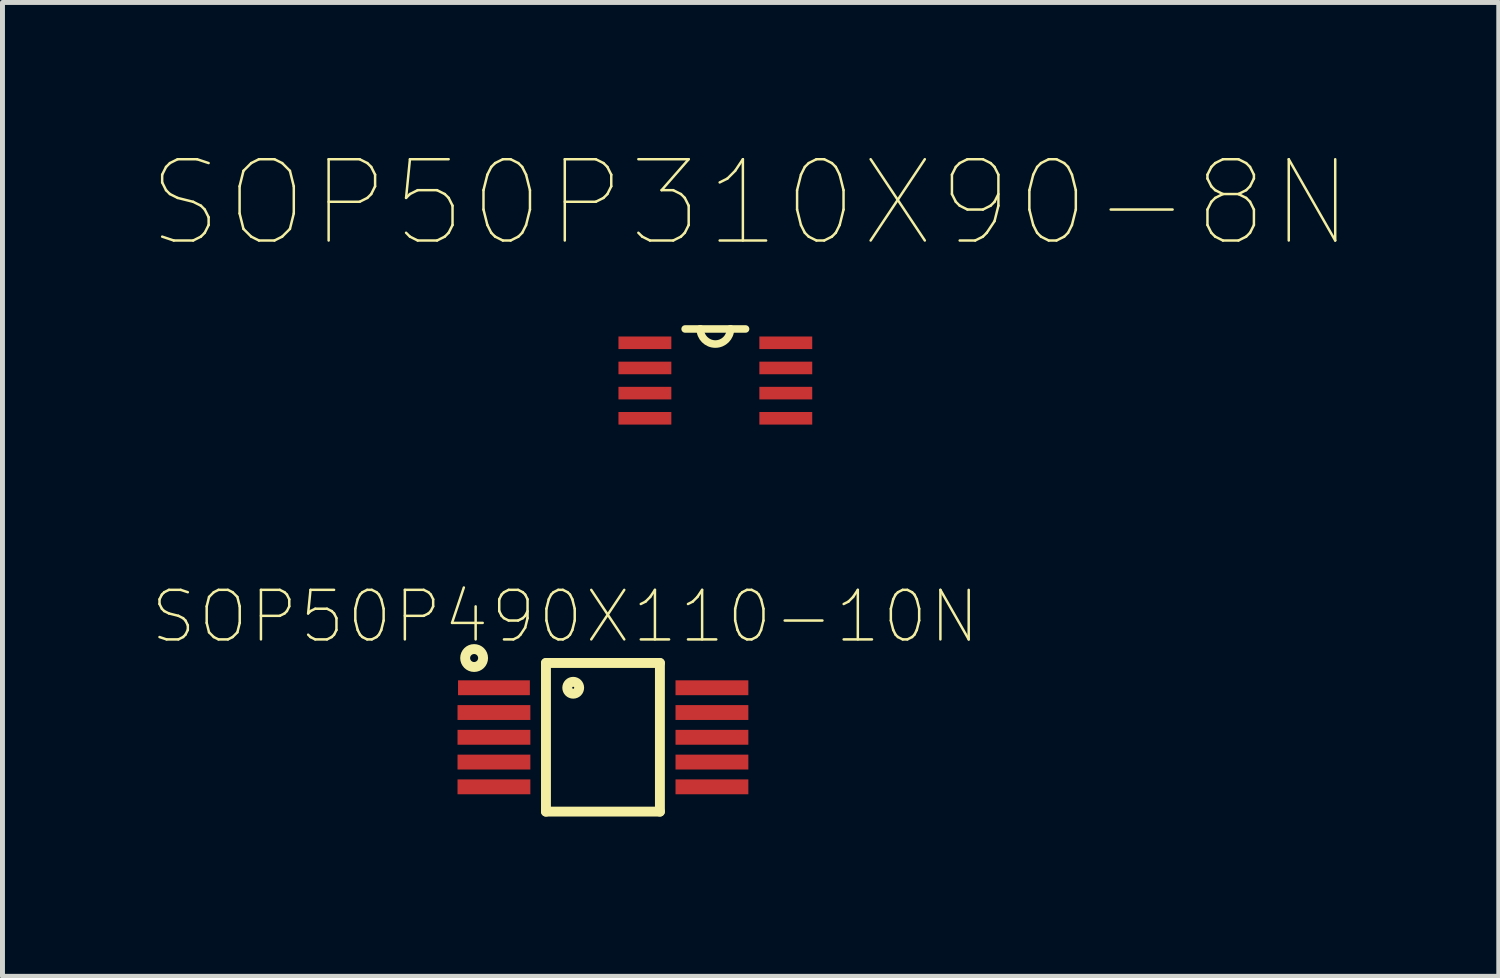
<source format=kicad_pcb>
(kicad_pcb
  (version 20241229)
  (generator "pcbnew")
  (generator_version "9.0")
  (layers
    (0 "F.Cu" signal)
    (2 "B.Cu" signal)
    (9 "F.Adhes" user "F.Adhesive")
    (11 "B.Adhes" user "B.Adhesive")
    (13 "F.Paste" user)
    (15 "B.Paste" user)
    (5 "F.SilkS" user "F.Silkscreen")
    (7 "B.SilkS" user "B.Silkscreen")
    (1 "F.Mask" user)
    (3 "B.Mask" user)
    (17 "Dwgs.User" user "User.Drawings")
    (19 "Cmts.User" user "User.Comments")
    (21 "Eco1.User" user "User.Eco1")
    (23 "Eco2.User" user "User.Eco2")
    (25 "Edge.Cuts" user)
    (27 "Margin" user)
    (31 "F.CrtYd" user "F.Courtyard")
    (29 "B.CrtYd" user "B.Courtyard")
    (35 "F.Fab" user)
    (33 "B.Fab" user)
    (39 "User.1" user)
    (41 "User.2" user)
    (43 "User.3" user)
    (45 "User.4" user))
  (footprint "SOP50P310X90-8N"
    (layer "F.Cu")
    (at 11.389 4.631)
    (property "Reference" "SOP50P310X90-8N" (at 0.712 -3.583 0) (layer "F.SilkS") (effects (font (size 1.641 1.641) (thickness 0.05))))
    (attr smd)
    (fp_line (start -0.305 -1.041) (end -0.61 -1.041) (stroke (width 0.152) (type solid)) (layer "F.SilkS"))
    (fp_line (start 0.305 -1.041) (end -0.305 -1.041) (stroke (width 0.152) (type solid)) (layer "F.SilkS"))
    (fp_line (start 0.61 -1.041) (end 0.305 -1.041) (stroke (width 0.152) (type solid)) (layer "F.SilkS"))
    (fp_arc (start 0.3048 -1.0414) (mid 0 -0.7366) (end -0.3048 -1.0414) (stroke (width 0.1524) (type solid)) (layer "F.SilkS"))
    (fp_line (start -1.6 -0.864) (end -1.6 -0.635) (stroke (width 0.1) (type solid)) (layer "Eco2.User"))
    (fp_line (start -1.6 -0.635) (end -1.194 -0.635) (stroke (width 0.1) (type solid)) (layer "Eco2.User"))
    (fp_line (start -1.6 -0.381) (end -1.6 -0.127) (stroke (width 0.1) (type solid)) (layer "Eco2.User"))
    (fp_line (start -1.6 -0.127) (end -1.194 -0.127) (stroke (width 0.1) (type solid)) (layer "Eco2.User"))
    (fp_line (start -1.6 0.127) (end -1.6 0.381) (stroke (width 0.1) (type solid)) (layer "Eco2.User"))
    (fp_line (start -1.6 0.381) (end -1.194 0.381) (stroke (width 0.1) (type solid)) (layer "Eco2.User"))
    (fp_line (start -1.6 0.635) (end -1.6 0.864) (stroke (width 0.1) (type solid)) (layer "Eco2.User"))
    (fp_line (start -1.6 0.864) (end -1.194 0.864) (stroke (width 0.1) (type solid)) (layer "Eco2.User"))
    (fp_line (start -1.194 -1.041) (end -1.194 1.041) (stroke (width 0.1) (type solid)) (layer "Eco2.User"))
    (fp_line (start -1.194 -0.864) (end -1.6 -0.864) (stroke (width 0.1) (type solid)) (layer "Eco2.User"))
    (fp_line (start -1.194 -0.635) (end -1.194 -0.864) (stroke (width 0.1) (type solid)) (layer "Eco2.User"))
    (fp_line (start -1.194 -0.381) (end -1.6 -0.381) (stroke (width 0.1) (type solid)) (layer "Eco2.User"))
    (fp_line (start -1.194 -0.127) (end -1.194 -0.381) (stroke (width 0.1) (type solid)) (layer "Eco2.User"))
    (fp_line (start -1.194 0.127) (end -1.6 0.127) (stroke (width 0.1) (type solid)) (layer "Eco2.User"))
    (fp_line (start -1.194 0.381) (end -1.194 0.127) (stroke (width 0.1) (type solid)) (layer "Eco2.User"))
    (fp_line (start -1.194 0.635) (end -1.6 0.635) (stroke (width 0.1) (type solid)) (layer "Eco2.User"))
    (fp_line (start -1.194 0.864) (end -1.194 0.635) (stroke (width 0.1) (type solid)) (layer "Eco2.User"))
    (fp_line (start -1.194 1.041) (end 1.194 1.041) (stroke (width 0.1) (type solid)) (layer "Eco2.User"))
    (fp_line (start -0.305 -1.041) (end -1.194 -1.041) (stroke (width 0.1) (type solid)) (layer "Eco2.User"))
    (fp_line (start 0.305 -1.041) (end -0.305 -1.041) (stroke (width 0.1) (type solid)) (layer "Eco2.User"))
    (fp_line (start 1.194 -1.041) (end 0.305 -1.041) (stroke (width 0.1) (type solid)) (layer "Eco2.User"))
    (fp_line (start 1.194 -0.864) (end 1.194 -0.635) (stroke (width 0.1) (type solid)) (layer "Eco2.User"))
    (fp_line (start 1.194 -0.635) (end 1.6 -0.635) (stroke (width 0.1) (type solid)) (layer "Eco2.User"))
    (fp_line (start 1.194 -0.381) (end 1.194 -0.127) (stroke (width 0.1) (type solid)) (layer "Eco2.User"))
    (fp_line (start 1.194 -0.127) (end 1.6 -0.127) (stroke (width 0.1) (type solid)) (layer "Eco2.User"))
    (fp_line (start 1.194 0.127) (end 1.194 0.381) (stroke (width 0.1) (type solid)) (layer "Eco2.User"))
    (fp_line (start 1.194 0.381) (end 1.6 0.381) (stroke (width 0.1) (type solid)) (layer "Eco2.User"))
    (fp_line (start 1.194 0.635) (end 1.194 0.864) (stroke (width 0.1) (type solid)) (layer "Eco2.User"))
    (fp_line (start 1.194 0.864) (end 1.6 0.864) (stroke (width 0.1) (type solid)) (layer "Eco2.User"))
    (fp_line (start 1.194 1.041) (end 1.194 -1.041) (stroke (width 0.1) (type solid)) (layer "Eco2.User"))
    (fp_line (start 1.6 -0.864) (end 1.194 -0.864) (stroke (width 0.1) (type solid)) (layer "Eco2.User"))
    (fp_line (start 1.6 -0.635) (end 1.6 -0.864) (stroke (width 0.1) (type solid)) (layer "Eco2.User"))
    (fp_line (start 1.6 -0.381) (end 1.194 -0.381) (stroke (width 0.1) (type solid)) (layer "Eco2.User"))
    (fp_line (start 1.6 -0.127) (end 1.6 -0.381) (stroke (width 0.1) (type solid)) (layer "Eco2.User"))
    (fp_line (start 1.6 0.127) (end 1.194 0.127) (stroke (width 0.1) (type solid)) (layer "Eco2.User"))
    (fp_line (start 1.6 0.381) (end 1.6 0.127) (stroke (width 0.1) (type solid)) (layer "Eco2.User"))
    (fp_line (start 1.6 0.635) (end 1.194 0.635) (stroke (width 0.1) (type solid)) (layer "Eco2.User"))
    (fp_line (start 1.6 0.864) (end 1.6 0.635) (stroke (width 0.1) (type solid)) (layer "Eco2.User"))
    (fp_arc (start 0.3048 -1.0414) (mid 0 -0.7366) (end -0.3048 -1.0414) (stroke (width 0.1) (type solid)) (layer "Eco2.User"))
    (pad "1" smd rect (at -1.422 -0.762) (size 1.067 0.254) (layers "F.Cu" "F.Mask" "F.Paste"))
    (pad "2" smd rect (at -1.422 -0.254) (size 1.067 0.254) (layers "F.Cu" "F.Mask" "F.Paste"))
    (pad "3" smd rect (at -1.422 0.254) (size 1.067 0.254) (layers "F.Cu" "F.Mask" "F.Paste"))
    (pad "4" smd rect (at -1.422 0.762) (size 1.067 0.254) (layers "F.Cu" "F.Mask" "F.Paste"))
    (pad "5" smd rect (at 1.422 0.762) (size 1.067 0.254) (layers "F.Cu" "F.Mask" "F.Paste"))
    (pad "6" smd rect (at 1.422 0.254) (size 1.067 0.254) (layers "F.Cu" "F.Mask" "F.Paste"))
    (pad "7" smd rect (at 1.422 -0.254) (size 1.067 0.254) (layers "F.Cu" "F.Mask" "F.Paste"))
    (pad "8" smd rect (at 1.422 -0.762) (size 1.067 0.254) (layers "F.Cu" "F.Mask" "F.Paste")))
  (footprint "SOP50P490X110-10N"
    (layer "F.Cu")
    (at 9.12 11.832)
    (property "Reference" "SOP50P490X110-10N" (at -0.76 -2.436 0) (layer "F.SilkS") (effects (font (size 1 1) (thickness 0.05))))
    (attr smd)
    (fp_line (start -1.15 -1.5) (end 1.15 -1.5) (stroke (width 0.2) (type solid)) (layer "F.SilkS"))
    (fp_line (start -1.15 1.5) (end -1.15 -1.5) (stroke (width 0.2) (type solid)) (layer "F.SilkS"))
    (fp_line (start 1.15 -1.5) (end 1.15 1.5) (stroke (width 0.2) (type solid)) (layer "F.SilkS"))
    (fp_line (start 1.15 1.5) (end -1.15 1.5) (stroke (width 0.2) (type solid)) (layer "F.SilkS"))
    (fp_circle (center -2.6 -1.6) (end -2.519 -1.6) (stroke (width 0.2) (type solid)) (fill no) (layer "F.SilkS"))
    (fp_circle (center -0.6 -1) (end -0.48 -1) (stroke (width 0.2) (type solid)) (fill no) (layer "F.SilkS"))
    (fp_line (start -3.2 -1.8) (end 3.2 -1.8) (stroke (width 0.05) (type solid)) (layer "Eco1.User"))
    (fp_line (start -3.2 1.8) (end -3.2 -1.8) (stroke (width 0.05) (type solid)) (layer "Eco1.User"))
    (fp_line (start 3.2 -1.8) (end 3.2 1.8) (stroke (width 0.05) (type solid)) (layer "Eco1.User"))
    (fp_line (start 3.2 1.8) (end -3.2 1.8) (stroke (width 0.05) (type solid)) (layer "Eco1.User"))
    (pad "1" smd rect (at -2.2 -1) (size 1.45 0.3) (layers "F.Cu" "F.Mask" "F.Paste"))
    (pad "2" smd rect (at -2.2 -0.5) (size 1.47 0.3) (layers "F.Cu" "F.Mask" "F.Paste"))
    (pad "3" smd rect (at -2.2 0) (size 1.47 0.3) (layers "F.Cu" "F.Mask" "F.Paste"))
    (pad "4" smd rect (at -2.2 0.5) (size 1.47 0.3) (layers "F.Cu" "F.Mask" "F.Paste"))
    (pad "5" smd rect (at -2.2 1) (size 1.47 0.3) (layers "F.Cu" "F.Mask" "F.Paste"))
    (pad "6" smd rect (at 2.2 1 180) (size 1.47 0.3) (layers "F.Cu" "F.Mask" "F.Paste"))
    (pad "7" smd rect (at 2.2 0.5 180) (size 1.47 0.3) (layers "F.Cu" "F.Mask" "F.Paste"))
    (pad "8" smd rect (at 2.2 0 180) (size 1.47 0.3) (layers "F.Cu" "F.Mask" "F.Paste"))
    (pad "9" smd rect (at 2.2 -0.5 180) (size 1.47 0.3) (layers "F.Cu" "F.Mask" "F.Paste"))
    (pad "10" smd rect (at 2.2 -1 180) (size 1.47 0.3) (layers "F.Cu" "F.Mask" "F.Paste")))
  (gr_rect
    (start -3 -3)
    (end 27.202 16.657)
    (stroke (width 0.1) (type default))
    (fill no)
    (layer "Edge.Cuts")))
</source>
